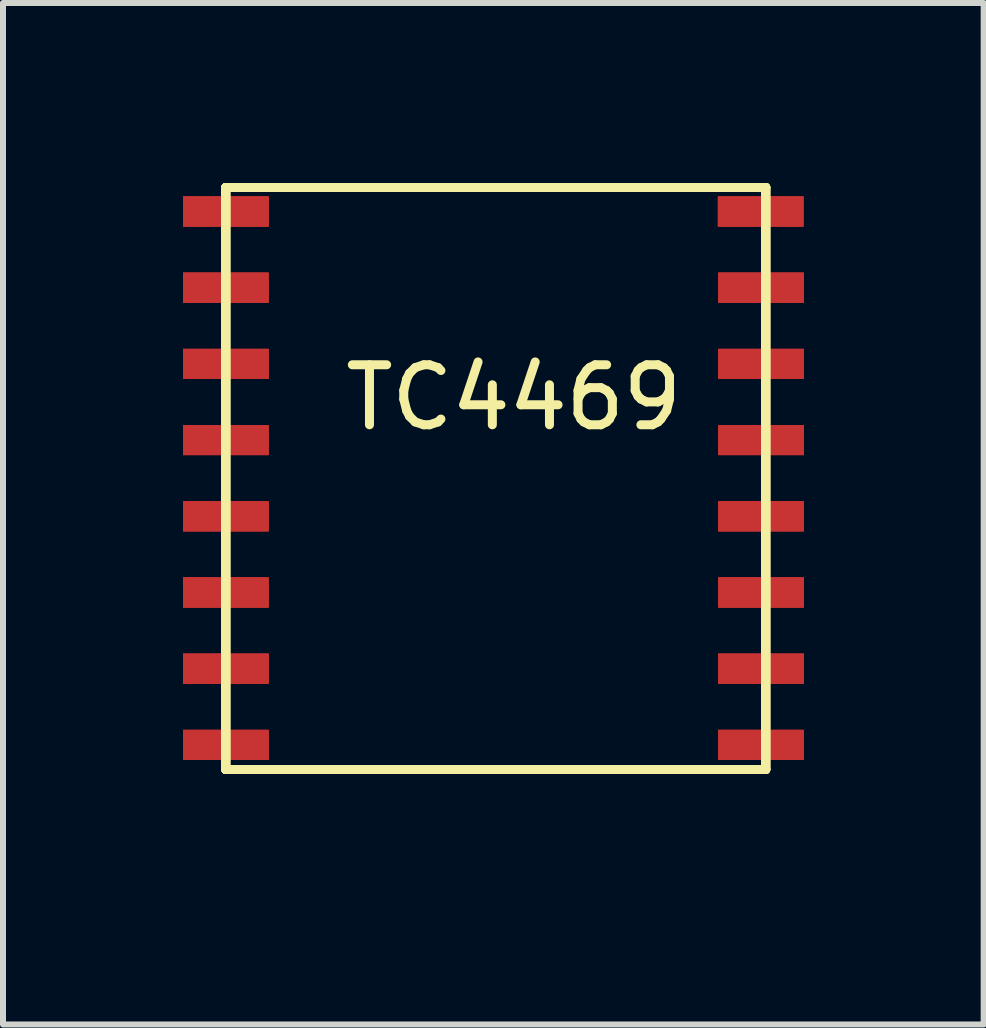
<source format=kicad_pcb>
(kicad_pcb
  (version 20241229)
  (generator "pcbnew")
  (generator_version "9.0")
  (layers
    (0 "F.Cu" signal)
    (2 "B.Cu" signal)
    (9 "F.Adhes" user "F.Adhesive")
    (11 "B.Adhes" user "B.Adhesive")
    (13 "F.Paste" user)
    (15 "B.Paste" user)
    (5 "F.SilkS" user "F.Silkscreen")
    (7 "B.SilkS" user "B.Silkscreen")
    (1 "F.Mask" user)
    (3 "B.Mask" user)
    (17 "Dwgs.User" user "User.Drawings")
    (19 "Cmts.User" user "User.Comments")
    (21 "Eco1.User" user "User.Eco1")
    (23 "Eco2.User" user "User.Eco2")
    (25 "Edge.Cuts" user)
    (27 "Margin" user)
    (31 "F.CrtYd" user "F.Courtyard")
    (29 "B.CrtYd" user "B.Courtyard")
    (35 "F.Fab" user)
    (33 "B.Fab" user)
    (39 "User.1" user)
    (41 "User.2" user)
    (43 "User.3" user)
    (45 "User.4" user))
  (footprint "TC4469"
    (layer "F.Cu")
    (at 9.113 10.775)
    (property "Reference" "TC4469" (at -3.6 -7.2 0) (layer "F.SilkS") (effects (font (size 1 1) (thickness 0.15))))
    (attr through_hole)
    (fp_line (start -8.4 -10.7) (end -8.4 -1) (stroke (width 0.15) (type solid)) (layer "F.SilkS"))
    (fp_line (start -8.4 -10.7) (end -8.4 -1) (stroke (width 0.15) (type solid)) (layer "F.SilkS"))
    (fp_line (start -8.4 -10.7) (end -8.4 -1) (stroke (width 0.15) (type solid)) (layer "F.SilkS"))
    (fp_line (start -8.4 -10.7) (end -8.4 -1) (stroke (width 0.15) (type solid)) (layer "F.SilkS"))
    (fp_line (start -8.4 -1) (end 0.6 -1) (stroke (width 0.15) (type solid)) (layer "F.SilkS"))
    (fp_line (start -8.4 -1) (end 0.6 -1) (stroke (width 0.15) (type solid)) (layer "F.SilkS"))
    (fp_line (start -8.4 -1) (end 0.6 -1) (stroke (width 0.15) (type solid)) (layer "F.SilkS"))
    (fp_line (start -8.4 -1) (end 0.6 -1) (stroke (width 0.15) (type solid)) (layer "F.SilkS"))
    (fp_line (start 0.6 -10.7) (end -8.4 -10.7) (stroke (width 0.15) (type solid)) (layer "F.SilkS"))
    (fp_line (start 0.6 -10.7) (end -8.4 -10.7) (stroke (width 0.15) (type solid)) (layer "F.SilkS"))
    (fp_line (start 0.6 -10.7) (end -8.4 -10.7) (stroke (width 0.15) (type solid)) (layer "F.SilkS"))
    (fp_line (start 0.6 -10.7) (end -8.4 -10.7) (stroke (width 0.15) (type solid)) (layer "F.SilkS"))
    (fp_line (start 0.6 -1) (end 0.6 -10.7) (stroke (width 0.15) (type solid)) (layer "F.SilkS"))
    (fp_line (start 0.6 -1) (end 0.6 -10.7) (stroke (width 0.15) (type solid)) (layer "F.SilkS"))
    (fp_line (start 0.6 -1) (end 0.6 -10.7) (stroke (width 0.15) (type solid)) (layer "F.SilkS"))
    (fp_line (start 0.6 -1) (end 0.6 -10.7) (stroke (width 0.15) (type solid)) (layer "F.SilkS"))
    (pad "1" smd rect (at -8.4 -10.3) (size 1.425 0.5) (layers "F.Cu" "F.Mask" "F.Paste"))
    (pad "1" smd rect (at -8.4 -10.3) (size 1.425 0.5) (layers "F.Cu" "F.Mask" "F.Paste"))
    (pad "1" smd rect (at -8.4 -10.3) (size 1.425 0.5) (layers "F.Cu" "F.Mask" "F.Paste"))
    (pad "1" smd rect (at -8.4 -10.3) (size 1.425 0.5) (layers "F.Cu" "F.Mask" "F.Paste"))
    (pad "2" smd rect (at -8.4 -9.03) (size 1.425 0.5) (layers "F.Cu" "F.Mask" "F.Paste"))
    (pad "2" smd rect (at -8.4 -9.03) (size 1.425 0.5) (layers "F.Cu" "F.Mask" "F.Paste"))
    (pad "2" smd rect (at -8.4 -9.03) (size 1.425 0.5) (layers "F.Cu" "F.Mask" "F.Paste"))
    (pad "2" smd rect (at -8.4 -9.03) (size 1.425 0.5) (layers "F.Cu" "F.Mask" "F.Paste"))
    (pad "3" smd rect (at -8.4 -7.76) (size 1.425 0.5) (layers "F.Cu" "F.Mask" "F.Paste"))
    (pad "3" smd rect (at -8.4 -7.76) (size 1.425 0.5) (layers "F.Cu" "F.Mask" "F.Paste"))
    (pad "3" smd rect (at -8.4 -7.76) (size 1.425 0.5) (layers "F.Cu" "F.Mask" "F.Paste"))
    (pad "3" smd rect (at -8.4 -7.76) (size 1.425 0.5) (layers "F.Cu" "F.Mask" "F.Paste"))
    (pad "4" smd rect (at -8.4 -6.49) (size 1.425 0.5) (layers "F.Cu" "F.Mask" "F.Paste"))
    (pad "4" smd rect (at -8.4 -6.49) (size 1.425 0.5) (layers "F.Cu" "F.Mask" "F.Paste"))
    (pad "4" smd rect (at -8.4 -6.49) (size 1.425 0.5) (layers "F.Cu" "F.Mask" "F.Paste"))
    (pad "4" smd rect (at -8.4 -6.49) (size 1.425 0.5) (layers "F.Cu" "F.Mask" "F.Paste"))
    (pad "5" smd rect (at -8.4 -5.22) (size 1.425 0.5) (layers "F.Cu" "F.Mask" "F.Paste"))
    (pad "5" smd rect (at -8.4 -5.22) (size 1.425 0.5) (layers "F.Cu" "F.Mask" "F.Paste"))
    (pad "5" smd rect (at -8.4 -5.22) (size 1.425 0.5) (layers "F.Cu" "F.Mask" "F.Paste"))
    (pad "5" smd rect (at -8.4 -5.22) (size 1.425 0.5) (layers "F.Cu" "F.Mask" "F.Paste"))
    (pad "6" smd rect (at -8.4 -3.95) (size 1.425 0.5) (layers "F.Cu" "F.Mask" "F.Paste"))
    (pad "6" smd rect (at -8.4 -3.95) (size 1.425 0.5) (layers "F.Cu" "F.Mask" "F.Paste"))
    (pad "6" smd rect (at -8.4 -3.95) (size 1.425 0.5) (layers "F.Cu" "F.Mask" "F.Paste"))
    (pad "6" smd rect (at -8.4 -3.95) (size 1.425 0.5) (layers "F.Cu" "F.Mask" "F.Paste"))
    (pad "7" smd rect (at -8.4 -2.68) (size 1.425 0.5) (layers "F.Cu" "F.Mask" "F.Paste"))
    (pad "7" smd rect (at -8.4 -2.68) (size 1.425 0.5) (layers "F.Cu" "F.Mask" "F.Paste"))
    (pad "7" smd rect (at -8.4 -2.68) (size 1.425 0.5) (layers "F.Cu" "F.Mask" "F.Paste"))
    (pad "7" smd rect (at -8.4 -2.68) (size 1.425 0.5) (layers "F.Cu" "F.Mask" "F.Paste"))
    (pad "8" smd rect (at -8.4 -1.41) (size 1.425 0.5) (layers "F.Cu" "F.Mask" "F.Paste"))
    (pad "8" smd rect (at -8.4 -1.41) (size 1.425 0.5) (layers "F.Cu" "F.Mask" "F.Paste"))
    (pad "8" smd rect (at -8.4 -1.41) (size 1.425 0.5) (layers "F.Cu" "F.Mask" "F.Paste"))
    (pad "8" smd rect (at -8.4 -1.41) (size 1.425 0.5) (layers "F.Cu" "F.Mask" "F.Paste"))
    (pad "9" smd rect (at 0.52 -1.41) (size 1.425 0.5) (layers "F.Cu" "F.Mask" "F.Paste"))
    (pad "9" smd rect (at 0.52 -1.41) (size 1.425 0.5) (layers "F.Cu" "F.Mask" "F.Paste"))
    (pad "9" smd rect (at 0.52 -1.41) (size 1.425 0.5) (layers "F.Cu" "F.Mask" "F.Paste"))
    (pad "9" smd rect (at 0.52 -1.41) (size 1.425 0.5) (layers "F.Cu" "F.Mask" "F.Paste"))
    (pad "10" smd rect (at 0.52 -2.68) (size 1.425 0.5) (layers "F.Cu" "F.Mask" "F.Paste"))
    (pad "10" smd rect (at 0.52 -2.68) (size 1.425 0.5) (layers "F.Cu" "F.Mask" "F.Paste"))
    (pad "10" smd rect (at 0.52 -2.68) (size 1.425 0.5) (layers "F.Cu" "F.Mask" "F.Paste"))
    (pad "10" smd rect (at 0.52 -2.68) (size 1.425 0.5) (layers "F.Cu" "F.Mask" "F.Paste"))
    (pad "11" smd rect (at 0.52 -3.95) (size 1.425 0.5) (layers "F.Cu" "F.Mask" "F.Paste"))
    (pad "11" smd rect (at 0.52 -3.95) (size 1.425 0.5) (layers "F.Cu" "F.Mask" "F.Paste"))
    (pad "11" smd rect (at 0.52 -3.95) (size 1.425 0.5) (layers "F.Cu" "F.Mask" "F.Paste"))
    (pad "11" smd rect (at 0.52 -3.95) (size 1.425 0.5) (layers "F.Cu" "F.Mask" "F.Paste"))
    (pad "12" smd rect (at 0.52 -5.22) (size 1.425 0.5) (layers "F.Cu" "F.Mask" "F.Paste"))
    (pad "12" smd rect (at 0.52 -5.22) (size 1.425 0.5) (layers "F.Cu" "F.Mask" "F.Paste"))
    (pad "12" smd rect (at 0.52 -5.22) (size 1.425 0.5) (layers "F.Cu" "F.Mask" "F.Paste"))
    (pad "12" smd rect (at 0.52 -5.22) (size 1.425 0.5) (layers "F.Cu" "F.Mask" "F.Paste"))
    (pad "13" smd rect (at 0.52 -6.49) (size 1.425 0.5) (layers "F.Cu" "F.Mask" "F.Paste"))
    (pad "13" smd rect (at 0.52 -6.49) (size 1.425 0.5) (layers "F.Cu" "F.Mask" "F.Paste"))
    (pad "13" smd rect (at 0.52 -6.49) (size 1.425 0.5) (layers "F.Cu" "F.Mask" "F.Paste"))
    (pad "13" smd rect (at 0.52 -6.49) (size 1.425 0.5) (layers "F.Cu" "F.Mask" "F.Paste"))
    (pad "14" smd rect (at 0.52 -7.76) (size 1.425 0.5) (layers "F.Cu" "F.Mask" "F.Paste"))
    (pad "14" smd rect (at 0.52 -7.76) (size 1.425 0.5) (layers "F.Cu" "F.Mask" "F.Paste"))
    (pad "14" smd rect (at 0.52 -7.76) (size 1.425 0.5) (layers "F.Cu" "F.Mask" "F.Paste"))
    (pad "14" smd rect (at 0.52 -7.76) (size 1.425 0.5) (layers "F.Cu" "F.Mask" "F.Paste"))
    (pad "15" smd rect (at 0.52 -9.03) (size 1.425 0.5) (layers "F.Cu" "F.Mask" "F.Paste"))
    (pad "15" smd rect (at 0.52 -9.03) (size 1.425 0.5) (layers "F.Cu" "F.Mask" "F.Paste"))
    (pad "15" smd rect (at 0.52 -9.03) (size 1.425 0.5) (layers "F.Cu" "F.Mask" "F.Paste"))
    (pad "15" smd rect (at 0.52 -9.03) (size 1.425 0.5) (layers "F.Cu" "F.Mask" "F.Paste"))
    (pad "16" smd rect (at 0.515 -10.3) (size 1.425 0.5) (layers "F.Cu" "F.Mask" "F.Paste"))
    (pad "16" smd rect (at 0.515 -10.3) (size 1.425 0.5) (layers "F.Cu" "F.Mask" "F.Paste"))
    (pad "16" smd rect (at 0.515 -10.3) (size 1.425 0.5) (layers "F.Cu" "F.Mask" "F.Paste"))
    (pad "16" smd rect (at 0.515 -10.3) (size 1.425 0.5) (layers "F.Cu" "F.Mask" "F.Paste")))
  (gr_rect
    (start -3 -3)
    (end 13.345 14.025)
    (stroke (width 0.1) (type default))
    (fill no)
    (layer "Edge.Cuts")))
</source>
